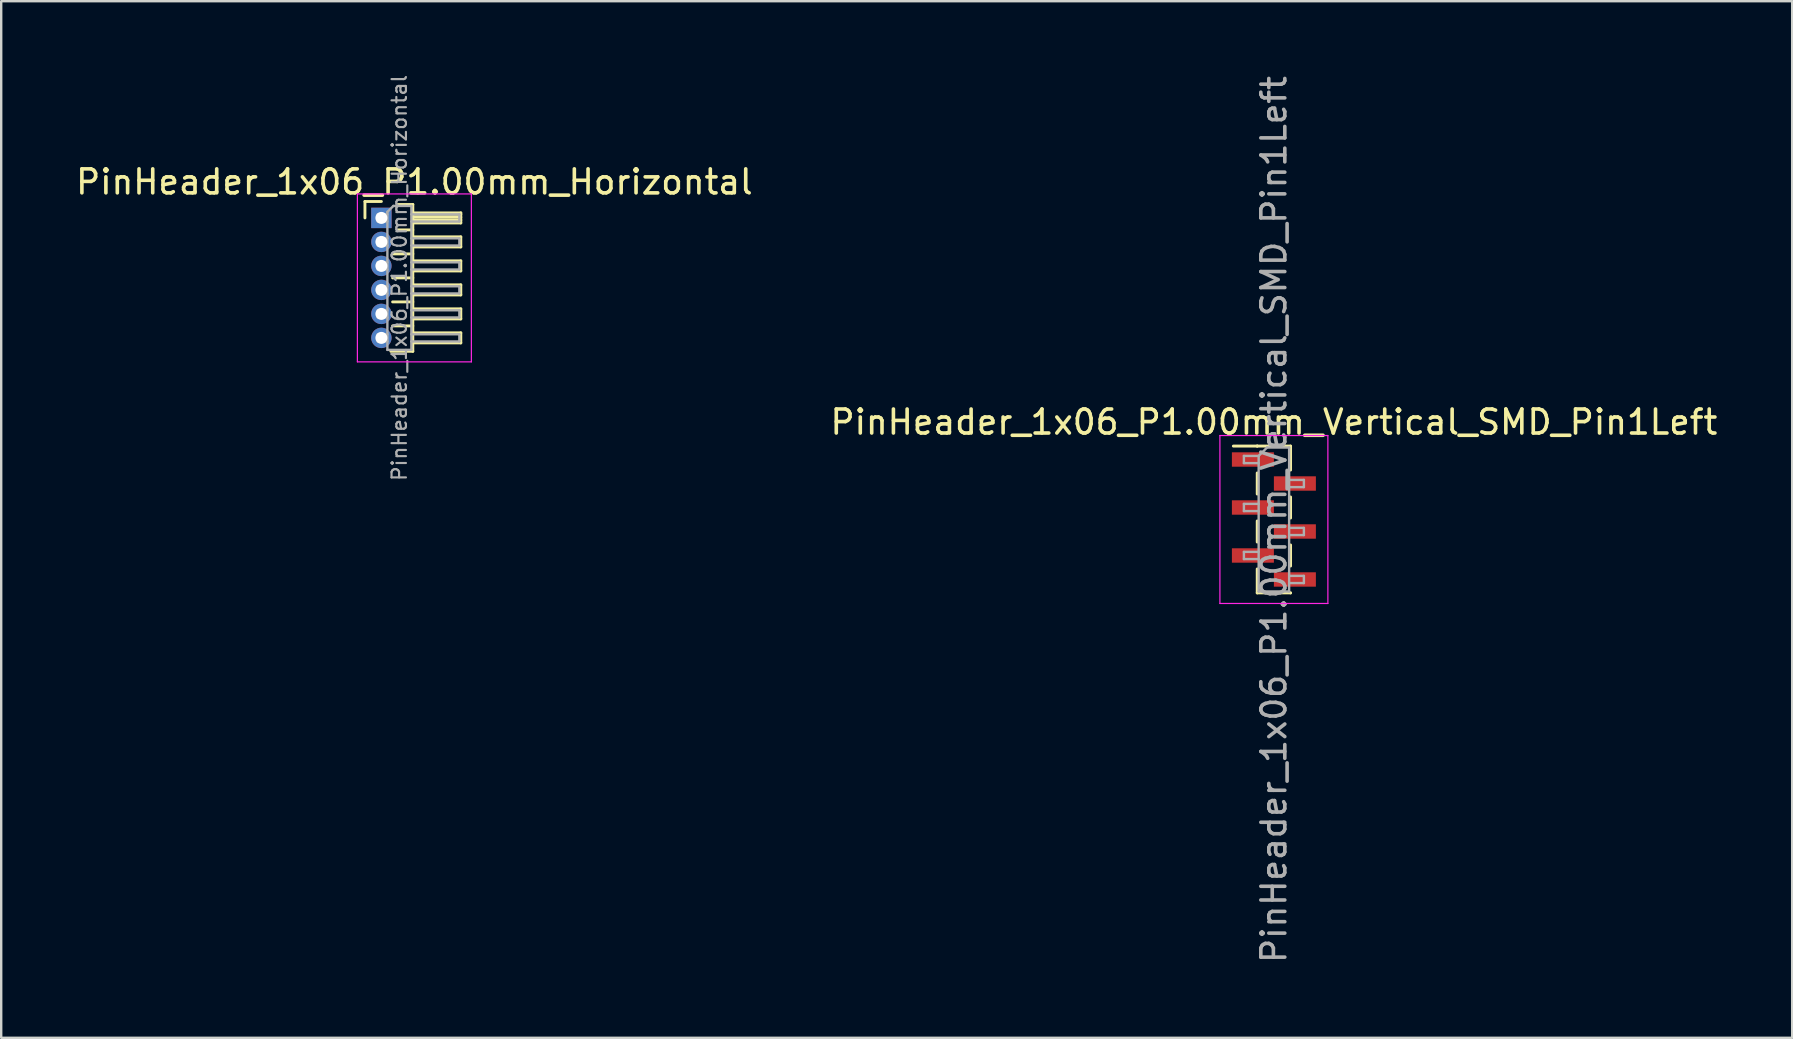
<source format=kicad_pcb>
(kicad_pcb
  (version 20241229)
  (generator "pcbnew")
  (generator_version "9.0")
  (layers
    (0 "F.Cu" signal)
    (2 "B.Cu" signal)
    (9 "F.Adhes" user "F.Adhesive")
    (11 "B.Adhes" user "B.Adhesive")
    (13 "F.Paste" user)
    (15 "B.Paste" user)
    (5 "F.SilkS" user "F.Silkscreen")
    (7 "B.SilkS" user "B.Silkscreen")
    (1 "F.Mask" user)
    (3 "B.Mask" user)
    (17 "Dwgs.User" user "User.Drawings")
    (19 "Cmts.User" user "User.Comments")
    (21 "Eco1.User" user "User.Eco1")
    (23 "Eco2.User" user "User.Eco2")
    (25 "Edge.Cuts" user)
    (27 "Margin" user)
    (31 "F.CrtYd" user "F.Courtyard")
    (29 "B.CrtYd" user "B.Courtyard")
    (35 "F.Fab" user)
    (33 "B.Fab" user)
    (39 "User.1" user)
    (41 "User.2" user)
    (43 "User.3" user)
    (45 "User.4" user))
  (footprint "PinHeader_1x06_P1.00mm_Vertical_SMD_Pin1Left"
    (layer "F.Cu")
    (at 50.042 18.601)
    (property "Reference" "PinHeader_1x06_P1.00mm_Vertical_SMD_Pin1Left" (at 0 -4.06 0) (layer "F.SilkS") (effects (font (size 1 1) (thickness 0.15))))
    (attr smd)
    (fp_line (start -0.695 -3.06) (end -1.69 -3.06) (stroke (width 0.12) (type solid)) (layer "F.SilkS"))
    (fp_line (start -0.695 -3.06) (end -0.695 -3.06) (stroke (width 0.12) (type solid)) (layer "F.SilkS"))
    (fp_line (start -0.695 -3.06) (end 0.695 -3.06) (stroke (width 0.12) (type solid)) (layer "F.SilkS"))
    (fp_line (start -0.695 -1.94) (end -0.695 -1.06) (stroke (width 0.12) (type solid)) (layer "F.SilkS"))
    (fp_line (start -0.695 0.06) (end -0.695 0.94) (stroke (width 0.12) (type solid)) (layer "F.SilkS"))
    (fp_line (start -0.695 2.06) (end -0.695 3.06) (stroke (width 0.12) (type solid)) (layer "F.SilkS"))
    (fp_line (start -0.695 3.06) (end 0.695 3.06) (stroke (width 0.12) (type solid)) (layer "F.SilkS"))
    (fp_line (start 0.695 -3.06) (end 0.695 -2.06) (stroke (width 0.12) (type solid)) (layer "F.SilkS"))
    (fp_line (start 0.695 -0.94) (end 0.695 -0.06) (stroke (width 0.12) (type solid)) (layer "F.SilkS"))
    (fp_line (start 0.695 1.06) (end 0.695 1.94) (stroke (width 0.12) (type solid)) (layer "F.SilkS"))
    (fp_line (start 0.695 3.06) (end 0.695 3.06) (stroke (width 0.12) (type solid)) (layer "F.SilkS"))
    (fp_line (start -2.25 -3.5) (end -2.25 3.5) (stroke (width 0.05) (type solid)) (layer "F.CrtYd"))
    (fp_line (start -2.25 3.5) (end 2.25 3.5) (stroke (width 0.05) (type solid)) (layer "F.CrtYd"))
    (fp_line (start 2.25 -3.5) (end -2.25 -3.5) (stroke (width 0.05) (type solid)) (layer "F.CrtYd"))
    (fp_line (start 2.25 3.5) (end 2.25 -3.5) (stroke (width 0.05) (type solid)) (layer "F.CrtYd"))
    (fp_line (start -1.25 -2.65) (end -1.25 -2.35) (stroke (width 0.1) (type solid)) (layer "F.Fab"))
    (fp_line (start -1.25 -2.35) (end -0.635 -2.35) (stroke (width 0.1) (type solid)) (layer "F.Fab"))
    (fp_line (start -1.25 -0.65) (end -1.25 -0.35) (stroke (width 0.1) (type solid)) (layer "F.Fab"))
    (fp_line (start -1.25 -0.35) (end -0.635 -0.35) (stroke (width 0.1) (type solid)) (layer "F.Fab"))
    (fp_line (start -1.25 1.35) (end -1.25 1.65) (stroke (width 0.1) (type solid)) (layer "F.Fab"))
    (fp_line (start -1.25 1.65) (end -0.635 1.65) (stroke (width 0.1) (type solid)) (layer "F.Fab"))
    (fp_line (start -0.635 -2.65) (end -1.25 -2.65) (stroke (width 0.1) (type solid)) (layer "F.Fab"))
    (fp_line (start -0.635 -2.65) (end -0.285 -3) (stroke (width 0.1) (type solid)) (layer "F.Fab"))
    (fp_line (start -0.635 -0.65) (end -1.25 -0.65) (stroke (width 0.1) (type solid)) (layer "F.Fab"))
    (fp_line (start -0.635 1.35) (end -1.25 1.35) (stroke (width 0.1) (type solid)) (layer "F.Fab"))
    (fp_line (start -0.635 3) (end -0.635 -2.65) (stroke (width 0.1) (type solid)) (layer "F.Fab"))
    (fp_line (start -0.285 -3) (end 0.635 -3) (stroke (width 0.1) (type solid)) (layer "F.Fab"))
    (fp_line (start 0.635 -3) (end 0.635 3) (stroke (width 0.1) (type solid)) (layer "F.Fab"))
    (fp_line (start 0.635 -1.65) (end 1.25 -1.65) (stroke (width 0.1) (type solid)) (layer "F.Fab"))
    (fp_line (start 0.635 0.35) (end 1.25 0.35) (stroke (width 0.1) (type solid)) (layer "F.Fab"))
    (fp_line (start 0.635 2.35) (end 1.25 2.35) (stroke (width 0.1) (type solid)) (layer "F.Fab"))
    (fp_line (start 0.635 3) (end -0.635 3) (stroke (width 0.1) (type solid)) (layer "F.Fab"))
    (fp_line (start 1.25 -1.65) (end 1.25 -1.35) (stroke (width 0.1) (type solid)) (layer "F.Fab"))
    (fp_line (start 1.25 -1.35) (end 0.635 -1.35) (stroke (width 0.1) (type solid)) (layer "F.Fab"))
    (fp_line (start 1.25 0.35) (end 1.25 0.65) (stroke (width 0.1) (type solid)) (layer "F.Fab"))
    (fp_line (start 1.25 0.65) (end 0.635 0.65) (stroke (width 0.1) (type solid)) (layer "F.Fab"))
    (fp_line (start 1.25 2.35) (end 1.25 2.65) (stroke (width 0.1) (type solid)) (layer "F.Fab"))
    (fp_line (start 1.25 2.65) (end 0.635 2.65) (stroke (width 0.1) (type solid)) (layer "F.Fab"))
    (fp_text user "${REFERENCE}" (at 0 0 90) (layer "F.Fab") (effects (font (size 1 1) (thickness 0.15))))
    (pad "1" smd rect (at -0.875 -2.5) (size 1.75 0.6) (layers "F.Cu" "F.Mask" "F.Paste"))
    (pad "2" smd rect (at 0.875 -1.5) (size 1.75 0.6) (layers "F.Cu" "F.Mask" "F.Paste"))
    (pad "3" smd rect (at -0.875 -0.5) (size 1.75 0.6) (layers "F.Cu" "F.Mask" "F.Paste"))
    (pad "4" smd rect (at 0.875 0.5) (size 1.75 0.6) (layers "F.Cu" "F.Mask" "F.Paste"))
    (pad "5" smd rect (at -0.875 1.5) (size 1.75 0.6) (layers "F.Cu" "F.Mask" "F.Paste"))
    (pad "6" smd rect (at 0.875 2.5) (size 1.75 0.6) (layers "F.Cu" "F.Mask" "F.Paste")))
  (footprint "PinHeader_1x06_P1.00mm_Horizontal"
    (layer "F.Cu")
    (at 12.845 6.032)
    (property "Reference" "PinHeader_1x06_P1.00mm_Horizontal" (at 1.375 -1.5 0) (layer "F.SilkS") (effects (font (size 1 1) (thickness 0.15))))
    (attr through_hole)
    (fp_line (start -0.685 -0.685) (end 0 -0.685) (stroke (width 0.12) (type solid)) (layer "F.SilkS"))
    (fp_line (start -0.685 0) (end -0.685 -0.685) (stroke (width 0.12) (type solid)) (layer "F.SilkS"))
    (fp_line (start 0.468 1.5) (end 1.31 1.5) (stroke (width 0.12) (type solid)) (layer "F.SilkS"))
    (fp_line (start 0.468 2.5) (end 1.31 2.5) (stroke (width 0.12) (type solid)) (layer "F.SilkS"))
    (fp_line (start 0.468 3.5) (end 1.31 3.5) (stroke (width 0.12) (type solid)) (layer "F.SilkS"))
    (fp_line (start 0.468 4.5) (end 1.31 4.5) (stroke (width 0.12) (type solid)) (layer "F.SilkS"))
    (fp_line (start 0.685 -0.56) (end 1.31 -0.56) (stroke (width 0.12) (type solid)) (layer "F.SilkS"))
    (fp_line (start 0.685 0.5) (end 1.31 0.5) (stroke (width 0.12) (type solid)) (layer "F.SilkS"))
    (fp_line (start 1.31 -0.56) (end 1.31 5.56) (stroke (width 0.12) (type solid)) (layer "F.SilkS"))
    (fp_line (start 1.31 -0.21) (end 3.31 -0.21) (stroke (width 0.12) (type solid)) (layer "F.SilkS"))
    (fp_line (start 1.31 -0.15) (end 3.31 -0.15) (stroke (width 0.12) (type solid)) (layer "F.SilkS"))
    (fp_line (start 1.31 -0.03) (end 3.31 -0.03) (stroke (width 0.12) (type solid)) (layer "F.SilkS"))
    (fp_line (start 1.31 0.09) (end 3.31 0.09) (stroke (width 0.12) (type solid)) (layer "F.SilkS"))
    (fp_line (start 1.31 0.79) (end 3.31 0.79) (stroke (width 0.12) (type solid)) (layer "F.SilkS"))
    (fp_line (start 1.31 1.79) (end 3.31 1.79) (stroke (width 0.12) (type solid)) (layer "F.SilkS"))
    (fp_line (start 1.31 2.79) (end 3.31 2.79) (stroke (width 0.12) (type solid)) (layer "F.SilkS"))
    (fp_line (start 1.31 3.79) (end 3.31 3.79) (stroke (width 0.12) (type solid)) (layer "F.SilkS"))
    (fp_line (start 1.31 4.79) (end 3.31 4.79) (stroke (width 0.12) (type solid)) (layer "F.SilkS"))
    (fp_line (start 1.31 5.56) (end 0.394 5.56) (stroke (width 0.12) (type solid)) (layer "F.SilkS"))
    (fp_line (start 3.31 -0.21) (end 3.31 0.21) (stroke (width 0.12) (type solid)) (layer "F.SilkS"))
    (fp_line (start 3.31 0.21) (end 1.31 0.21) (stroke (width 0.12) (type solid)) (layer "F.SilkS"))
    (fp_line (start 3.31 0.79) (end 3.31 1.21) (stroke (width 0.12) (type solid)) (layer "F.SilkS"))
    (fp_line (start 3.31 1.21) (end 1.31 1.21) (stroke (width 0.12) (type solid)) (layer "F.SilkS"))
    (fp_line (start 3.31 1.79) (end 3.31 2.21) (stroke (width 0.12) (type solid)) (layer "F.SilkS"))
    (fp_line (start 3.31 2.21) (end 1.31 2.21) (stroke (width 0.12) (type solid)) (layer "F.SilkS"))
    (fp_line (start 3.31 2.79) (end 3.31 3.21) (stroke (width 0.12) (type solid)) (layer "F.SilkS"))
    (fp_line (start 3.31 3.21) (end 1.31 3.21) (stroke (width 0.12) (type solid)) (layer "F.SilkS"))
    (fp_line (start 3.31 3.79) (end 3.31 4.21) (stroke (width 0.12) (type solid)) (layer "F.SilkS"))
    (fp_line (start 3.31 4.21) (end 1.31 4.21) (stroke (width 0.12) (type solid)) (layer "F.SilkS"))
    (fp_line (start 3.31 4.79) (end 3.31 5.21) (stroke (width 0.12) (type solid)) (layer "F.SilkS"))
    (fp_line (start 3.31 5.21) (end 1.31 5.21) (stroke (width 0.12) (type solid)) (layer "F.SilkS"))
    (fp_line (start -1 -1) (end -1 6) (stroke (width 0.05) (type solid)) (layer "F.CrtYd"))
    (fp_line (start -1 6) (end 3.75 6) (stroke (width 0.05) (type solid)) (layer "F.CrtYd"))
    (fp_line (start 3.75 -1) (end -1 -1) (stroke (width 0.05) (type solid)) (layer "F.CrtYd"))
    (fp_line (start 3.75 6) (end 3.75 -1) (stroke (width 0.05) (type solid)) (layer "F.CrtYd"))
    (fp_line (start -0.15 -0.15) (end -0.15 0.15) (stroke (width 0.1) (type solid)) (layer "F.Fab"))
    (fp_line (start -0.15 -0.15) (end 0.25 -0.15) (stroke (width 0.1) (type solid)) (layer "F.Fab"))
    (fp_line (start -0.15 0.15) (end 0.25 0.15) (stroke (width 0.1) (type solid)) (layer "F.Fab"))
    (fp_line (start -0.15 0.85) (end -0.15 1.15) (stroke (width 0.1) (type solid)) (layer "F.Fab"))
    (fp_line (start -0.15 0.85) (end 0.25 0.85) (stroke (width 0.1) (type solid)) (layer "F.Fab"))
    (fp_line (start -0.15 1.15) (end 0.25 1.15) (stroke (width 0.1) (type solid)) (layer "F.Fab"))
    (fp_line (start -0.15 1.85) (end -0.15 2.15) (stroke (width 0.1) (type solid)) (layer "F.Fab"))
    (fp_line (start -0.15 1.85) (end 0.25 1.85) (stroke (width 0.1) (type solid)) (layer "F.Fab"))
    (fp_line (start -0.15 2.15) (end 0.25 2.15) (stroke (width 0.1) (type solid)) (layer "F.Fab"))
    (fp_line (start -0.15 2.85) (end -0.15 3.15) (stroke (width 0.1) (type solid)) (layer "F.Fab"))
    (fp_line (start -0.15 2.85) (end 0.25 2.85) (stroke (width 0.1) (type solid)) (layer "F.Fab"))
    (fp_line (start -0.15 3.15) (end 0.25 3.15) (stroke (width 0.1) (type solid)) (layer "F.Fab"))
    (fp_line (start -0.15 3.85) (end -0.15 4.15) (stroke (width 0.1) (type solid)) (layer "F.Fab"))
    (fp_line (start -0.15 3.85) (end 0.25 3.85) (stroke (width 0.1) (type solid)) (layer "F.Fab"))
    (fp_line (start -0.15 4.15) (end 0.25 4.15) (stroke (width 0.1) (type solid)) (layer "F.Fab"))
    (fp_line (start -0.15 4.85) (end -0.15 5.15) (stroke (width 0.1) (type solid)) (layer "F.Fab"))
    (fp_line (start -0.15 4.85) (end 0.25 4.85) (stroke (width 0.1) (type solid)) (layer "F.Fab"))
    (fp_line (start -0.15 5.15) (end 0.25 5.15) (stroke (width 0.1) (type solid)) (layer "F.Fab"))
    (fp_line (start 0.25 -0.25) (end 0.5 -0.5) (stroke (width 0.1) (type solid)) (layer "F.Fab"))
    (fp_line (start 0.25 5.5) (end 0.25 -0.25) (stroke (width 0.1) (type solid)) (layer "F.Fab"))
    (fp_line (start 0.5 -0.5) (end 1.25 -0.5) (stroke (width 0.1) (type solid)) (layer "F.Fab"))
    (fp_line (start 1.25 -0.5) (end 1.25 5.5) (stroke (width 0.1) (type solid)) (layer "F.Fab"))
    (fp_line (start 1.25 -0.15) (end 3.25 -0.15) (stroke (width 0.1) (type solid)) (layer "F.Fab"))
    (fp_line (start 1.25 0.15) (end 3.25 0.15) (stroke (width 0.1) (type solid)) (layer "F.Fab"))
    (fp_line (start 1.25 0.85) (end 3.25 0.85) (stroke (width 0.1) (type solid)) (layer "F.Fab"))
    (fp_line (start 1.25 1.15) (end 3.25 1.15) (stroke (width 0.1) (type solid)) (layer "F.Fab"))
    (fp_line (start 1.25 1.85) (end 3.25 1.85) (stroke (width 0.1) (type solid)) (layer "F.Fab"))
    (fp_line (start 1.25 2.15) (end 3.25 2.15) (stroke (width 0.1) (type solid)) (layer "F.Fab"))
    (fp_line (start 1.25 2.85) (end 3.25 2.85) (stroke (width 0.1) (type solid)) (layer "F.Fab"))
    (fp_line (start 1.25 3.15) (end 3.25 3.15) (stroke (width 0.1) (type solid)) (layer "F.Fab"))
    (fp_line (start 1.25 3.85) (end 3.25 3.85) (stroke (width 0.1) (type solid)) (layer "F.Fab"))
    (fp_line (start 1.25 4.15) (end 3.25 4.15) (stroke (width 0.1) (type solid)) (layer "F.Fab"))
    (fp_line (start 1.25 4.85) (end 3.25 4.85) (stroke (width 0.1) (type solid)) (layer "F.Fab"))
    (fp_line (start 1.25 5.15) (end 3.25 5.15) (stroke (width 0.1) (type solid)) (layer "F.Fab"))
    (fp_line (start 1.25 5.5) (end 0.25 5.5) (stroke (width 0.1) (type solid)) (layer "F.Fab"))
    (fp_line (start 3.25 -0.15) (end 3.25 0.15) (stroke (width 0.1) (type solid)) (layer "F.Fab"))
    (fp_line (start 3.25 0.85) (end 3.25 1.15) (stroke (width 0.1) (type solid)) (layer "F.Fab"))
    (fp_line (start 3.25 1.85) (end 3.25 2.15) (stroke (width 0.1) (type solid)) (layer "F.Fab"))
    (fp_line (start 3.25 2.85) (end 3.25 3.15) (stroke (width 0.1) (type solid)) (layer "F.Fab"))
    (fp_line (start 3.25 3.85) (end 3.25 4.15) (stroke (width 0.1) (type solid)) (layer "F.Fab"))
    (fp_line (start 3.25 4.85) (end 3.25 5.15) (stroke (width 0.1) (type solid)) (layer "F.Fab"))
    (fp_text user "${REFERENCE}" (at 0.75 2.5 90) (layer "F.Fab") (effects (font (size 0.6 0.6) (thickness 0.09))))
    (pad "1" thru_hole rect (at 0 0) (size 0.85 0.85) (drill 0.5) (layers "*.Cu" "*.Mask"))
    (pad "2" thru_hole oval (at 0 1) (size 0.85 0.85) (drill 0.5) (layers "*.Cu" "*.Mask"))
    (pad "3" thru_hole oval (at 0 2) (size 0.85 0.85) (drill 0.5) (layers "*.Cu" "*.Mask"))
    (pad "4" thru_hole oval (at 0 3) (size 0.85 0.85) (drill 0.5) (layers "*.Cu" "*.Mask"))
    (pad "5" thru_hole oval (at 0 4) (size 0.85 0.85) (drill 0.5) (layers "*.Cu" "*.Mask"))
    (pad "6" thru_hole oval (at 0 5) (size 0.85 0.85) (drill 0.5) (layers "*.Cu" "*.Mask")))
  (gr_rect
    (start -3 -3)
    (end 71.643 40.202)
    (stroke (width 0.1) (type default))
    (fill no)
    (layer "Edge.Cuts")))
</source>
